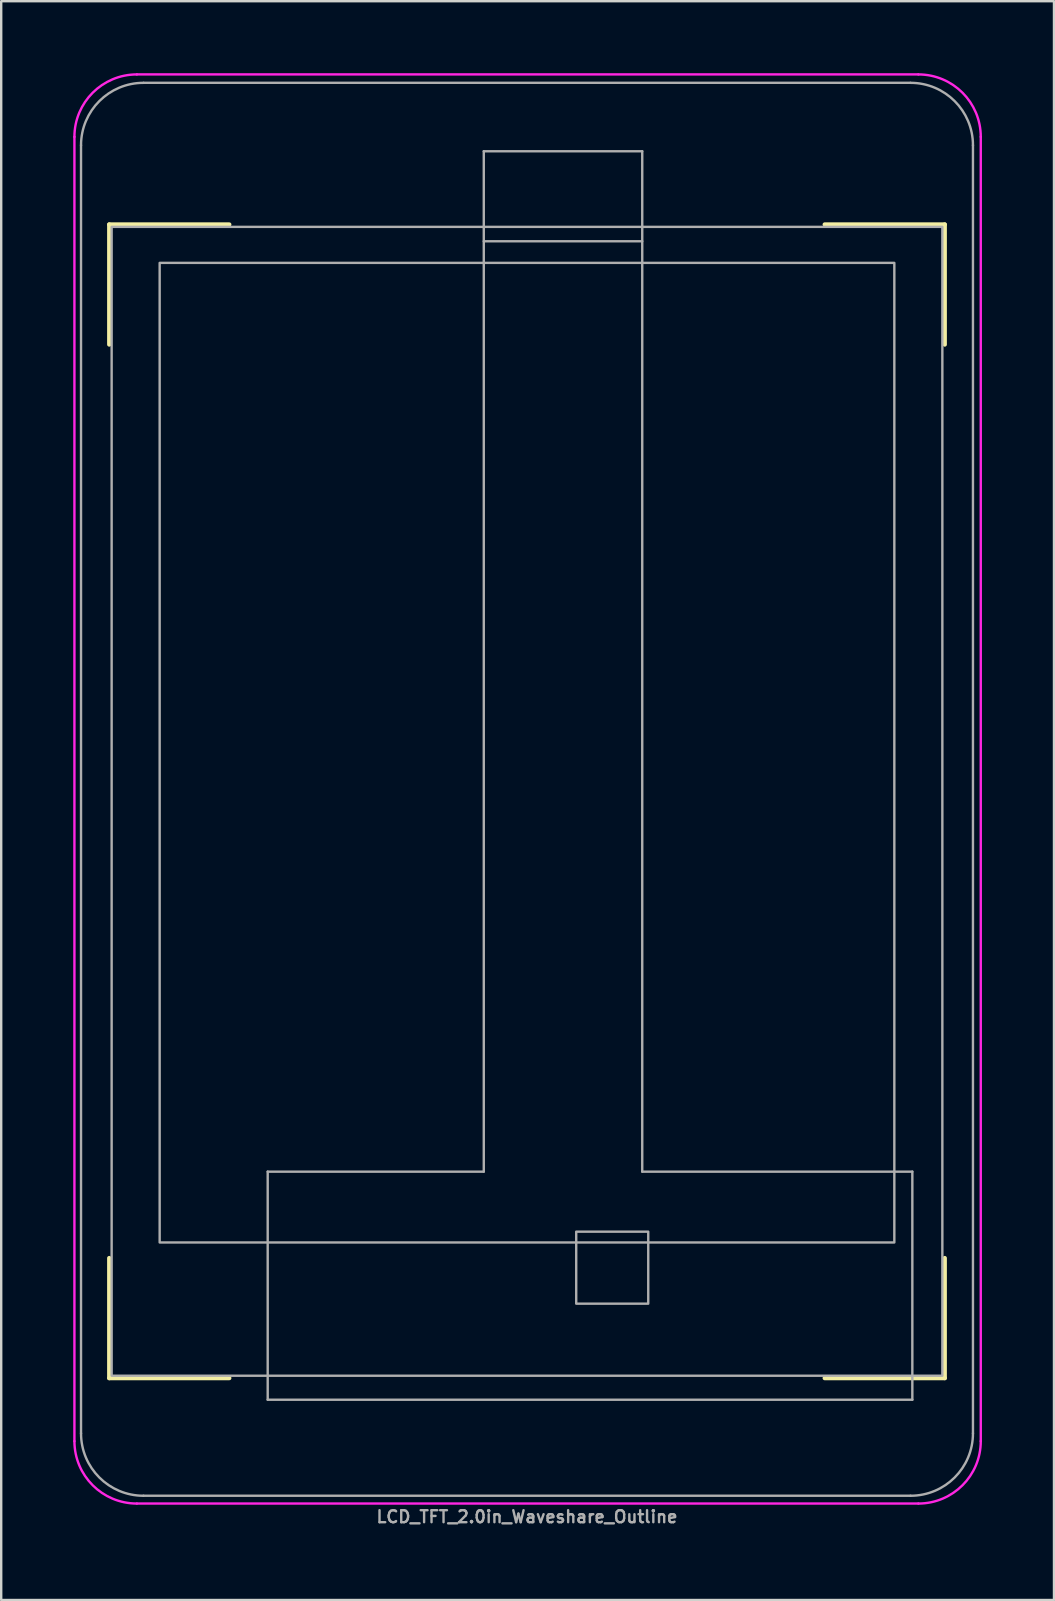
<source format=kicad_pcb>
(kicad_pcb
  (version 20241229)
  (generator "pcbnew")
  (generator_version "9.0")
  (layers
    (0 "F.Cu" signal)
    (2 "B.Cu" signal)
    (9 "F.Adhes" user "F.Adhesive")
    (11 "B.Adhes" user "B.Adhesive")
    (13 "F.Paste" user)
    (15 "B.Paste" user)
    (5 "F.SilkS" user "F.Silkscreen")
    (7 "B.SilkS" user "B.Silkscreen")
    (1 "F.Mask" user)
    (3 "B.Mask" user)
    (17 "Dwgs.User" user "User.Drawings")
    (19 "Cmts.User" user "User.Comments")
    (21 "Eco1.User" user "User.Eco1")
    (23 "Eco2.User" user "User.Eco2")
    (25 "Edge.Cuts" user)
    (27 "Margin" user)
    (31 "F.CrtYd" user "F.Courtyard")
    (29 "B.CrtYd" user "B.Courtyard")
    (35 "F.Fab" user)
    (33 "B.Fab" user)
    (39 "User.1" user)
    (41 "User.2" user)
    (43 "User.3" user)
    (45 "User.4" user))
  (footprint "LCD_TFT_2.0in_Waveshare_Outline"
    (layer "F.Cu")
    (at 18.9 29.825)
    (property "Reference" "LCD_TFT_2.0in_Waveshare_Outline" (at 0 30.3 0) (unlocked yes) (layer "F.Fab") (effects (font (size 0.5 0.5) (thickness 0.1))))
    (fp_line (start -17.4 -23.525) (end -12.4 -23.525) (stroke (width 0.178) (type default)) (layer "F.SilkS"))
    (fp_line (start -17.4 -18.525) (end -17.4 -23.525) (stroke (width 0.178) (type default)) (layer "F.SilkS"))
    (fp_line (start -17.4 24.525) (end -17.4 19.525) (stroke (width 0.178) (type default)) (layer "F.SilkS"))
    (fp_line (start -12.4 24.525) (end -17.4 24.525) (stroke (width 0.178) (type default)) (layer "F.SilkS"))
    (fp_line (start 12.4 -23.525) (end 17.4 -23.525) (stroke (width 0.178) (type default)) (layer "F.SilkS"))
    (fp_line (start 17.4 -23.525) (end 17.4 -18.525) (stroke (width 0.178) (type default)) (layer "F.SilkS"))
    (fp_line (start 17.4 19.525) (end 17.4 24.525) (stroke (width 0.178) (type default)) (layer "F.SilkS"))
    (fp_line (start 17.4 24.525) (end 12.4 24.525) (stroke (width 0.178) (type default)) (layer "F.SilkS"))
    (fp_line (start -18.85 27.15) (end -18.85 -27.175) (stroke (width 0.1) (type default)) (layer "F.CrtYd"))
    (fp_line (start -16.25 29.75) (end 16.3 29.75) (stroke (width 0.1) (type default)) (layer "F.CrtYd"))
    (fp_line (start 16.3 -29.775) (end -16.25 -29.775) (stroke (width 0.1) (type default)) (layer "F.CrtYd"))
    (fp_line (start 18.9 27.15) (end 18.9 -27.175) (stroke (width 0.1) (type default)) (layer "F.CrtYd"))
    (fp_arc (start -18.85 -27.175) (mid -18.088478 -29.013478) (end -16.25 -29.775) (stroke (width 0.1) (type default)) (layer "F.CrtYd"))
    (fp_arc (start -16.25 29.75) (mid -18.088478 28.988478) (end -18.85 27.15) (stroke (width 0.1) (type default)) (layer "F.CrtYd"))
    (fp_arc (start 16.3 -29.775) (mid 18.138478 -29.013478) (end 18.9 -27.175) (stroke (width 0.1) (type default)) (layer "F.CrtYd"))
    (fp_arc (start 18.9 27.15) (mid 18.138478 28.988478) (end 16.3 29.75) (stroke (width 0.1) (type default)) (layer "F.CrtYd"))
    (fp_line (start -18.575 -26.825) (end -18.575 26.825) (stroke (width 0.1) (type default)) (layer "F.Fab"))
    (fp_line (start -15.975 29.425) (end 15.975 29.425) (stroke (width 0.1) (type default)) (layer "F.Fab"))
    (fp_line (start -10.8 15.925) (end -10.8 25.425) (stroke (width 0.1) (type default)) (layer "F.Fab"))
    (fp_line (start -10.8 15.925) (end -1.8 15.925) (stroke (width 0.1) (type default)) (layer "F.Fab"))
    (fp_line (start -10.8 25.425) (end 16.05 25.425) (stroke (width 0.1) (type default)) (layer "F.Fab"))
    (fp_line (start -1.8 -26.575) (end -1.8 15.925) (stroke (width 0.1) (type default)) (layer "F.Fab"))
    (fp_line (start -1.8 -26.575) (end 4.8 -26.575) (stroke (width 0.1) (type default)) (layer "F.Fab"))
    (fp_line (start -1.8 -22.825) (end 4.8 -22.825) (stroke (width 0.1) (type default)) (layer "F.Fab"))
    (fp_line (start 4.8 -26.575) (end 4.8 15.925) (stroke (width 0.1) (type default)) (layer "F.Fab"))
    (fp_line (start 4.8 15.925) (end 16.05 15.925) (stroke (width 0.1) (type default)) (layer "F.Fab"))
    (fp_line (start 15.975 -29.425) (end -15.975 -29.425) (stroke (width 0.1) (type default)) (layer "F.Fab"))
    (fp_line (start 16.05 15.925) (end 16.05 25.425) (stroke (width 0.1) (type default)) (layer "F.Fab"))
    (fp_line (start 18.575 26.825) (end 18.575 -26.825) (stroke (width 0.1) (type default)) (layer "F.Fab"))
    (fp_rect (start -17.3 -23.425) (end 17.3 24.425) (stroke (width 0.1) (type default)) (fill no) (layer "F.Fab"))
    (fp_rect (start -15.3 -21.925) (end 15.3 18.875) (stroke (width 0.1) (type default)) (fill no) (layer "F.Fab"))
    (fp_rect (start 2.05 18.425) (end 5.05 21.425) (stroke (width 0.1) (type default)) (fill no) (layer "F.Fab"))
    (fp_arc (start -18.575 -26.825) (mid -17.813478 -28.663478) (end -15.975 -29.425) (stroke (width 0.1) (type default)) (layer "F.Fab"))
    (fp_arc (start -15.975 29.425) (mid -17.813478 28.663478) (end -18.575 26.825) (stroke (width 0.1) (type default)) (layer "F.Fab"))
    (fp_arc (start 15.975 -29.425) (mid 17.813478 -28.663478) (end 18.575 -26.825) (stroke (width 0.1) (type default)) (layer "F.Fab"))
    (fp_arc (start 18.575 26.825) (mid 17.813478 28.663478) (end 15.975 29.425) (stroke (width 0.1) (type default)) (layer "F.Fab"))
    (fp_line (start -13 -18.5) (end -13 -16.5) (stroke (width 0.1) (type default)) (layer "User.2"))
    (fp_line (start -13 -16.5) (end -13.5 -17) (stroke (width 0.1) (type default)) (layer "User.2"))
    (fp_line (start -13 -16.5) (end -12.5 -17) (stroke (width 0.1) (type default)) (layer "User.2"))
    (fp_line (start -10 -20.5) (end -8 -20.5) (stroke (width 0.1) (type default)) (layer "User.2"))
    (fp_line (start -8 -20.5) (end -8.5 -21) (stroke (width 0.1) (type default)) (layer "User.2"))
    (fp_line (start -8 -20.5) (end -8.5 -20) (stroke (width 0.1) (type default)) (layer "User.2"))
    (fp_line (start -1.8 -24.075) (end 4.8 -24.075) (stroke (width 0.1) (type default)) (layer "User.2"))
    (fp_line (start -18.575 0) (end 18.575 0) (stroke (width 0.1) (type default)) (layer "User.8"))
    (fp_line (start 0 -29.425) (end 0 29.425) (stroke (width 0.1) (type default)) (layer "User.8"))
    (fp_text user "x" (at -10 -19.5 0) (unlocked yes) (layer "User.2") (effects (font (size 1 1) (thickness 0.15))))
    (fp_text user "21" (at -1.6 -25.9 180) (unlocked yes) (layer "User.2") (effects (font (size 1 1) (thickness 0.15)) (justify left bottom mirror)))
    (fp_text user "Metal Can" (at 13.1 -22.6 0) (unlocked yes) (layer "User.2") (effects (font (size 1 1) (thickness 0.15))))
    (fp_text user "Screen Area" (at 10.5 -21 0) (unlocked yes) (layer "User.2") (effects (font (size 1 1) (thickness 0.15))))
    (fp_text user "1" (at 3.7 -26 180) (unlocked yes) (layer "User.2") (effects (font (size 1 1) (thickness 0.15)) (justify left bottom mirror)))
    (fp_text user "(0,0)" (at -13 -20.5 0) (unlocked yes) (layer "User.2") (effects (font (size 1 1) (thickness 0.15))))
    (fp_text user "FPC" (at 1.5 -20.5 0) (unlocked yes) (layer "User.2") (effects (font (size 1 1) (thickness 0.15))))
    (fp_text user "TC" (at 3.5 20 0) (unlocked yes) (layer "User.2") (effects (font (size 1 1) (thickness 0.15))))
    (fp_text user "Bezel" (at 15.5 -28 0) (unlocked yes) (layer "User.2") (effects (font (size 1 1) (thickness 0.15))))
    (fp_text user "y" (at -12 -18.5 0) (unlocked yes) (layer "User.2") (effects (font (size 1 1) (thickness 0.15)))))
  (gr_rect
    (start -3 -3)
    (end 40.85 63.593)
    (stroke (width 0.1) (type default))
    (fill no)
    (layer "Edge.Cuts")))
</source>
